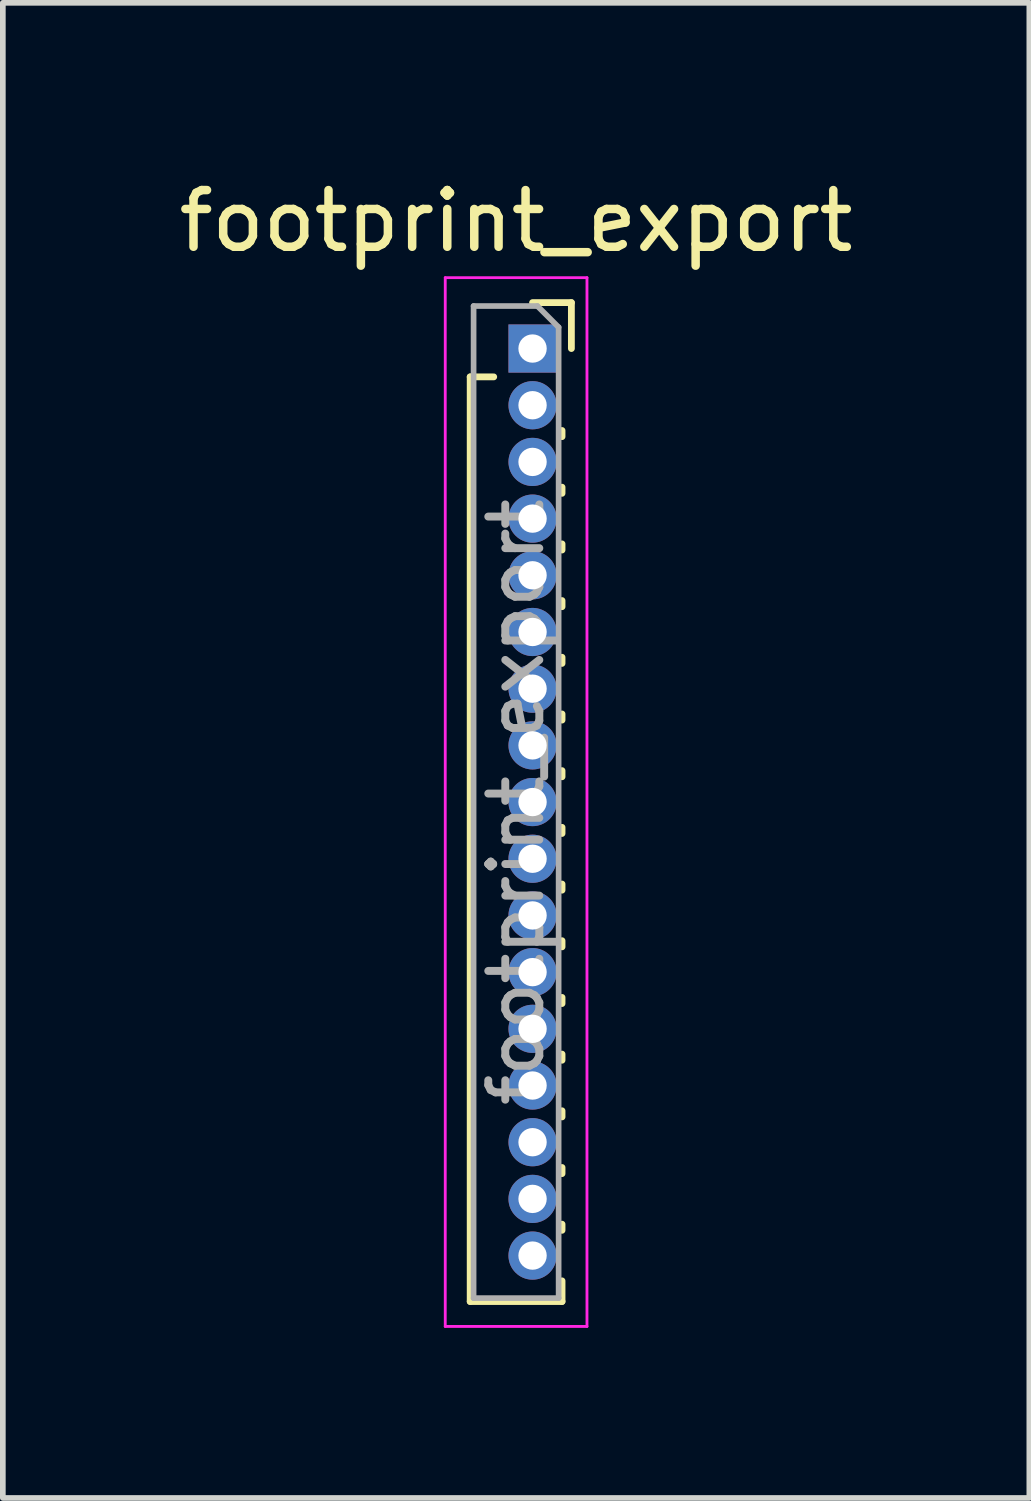
<source format=kicad_pcb>
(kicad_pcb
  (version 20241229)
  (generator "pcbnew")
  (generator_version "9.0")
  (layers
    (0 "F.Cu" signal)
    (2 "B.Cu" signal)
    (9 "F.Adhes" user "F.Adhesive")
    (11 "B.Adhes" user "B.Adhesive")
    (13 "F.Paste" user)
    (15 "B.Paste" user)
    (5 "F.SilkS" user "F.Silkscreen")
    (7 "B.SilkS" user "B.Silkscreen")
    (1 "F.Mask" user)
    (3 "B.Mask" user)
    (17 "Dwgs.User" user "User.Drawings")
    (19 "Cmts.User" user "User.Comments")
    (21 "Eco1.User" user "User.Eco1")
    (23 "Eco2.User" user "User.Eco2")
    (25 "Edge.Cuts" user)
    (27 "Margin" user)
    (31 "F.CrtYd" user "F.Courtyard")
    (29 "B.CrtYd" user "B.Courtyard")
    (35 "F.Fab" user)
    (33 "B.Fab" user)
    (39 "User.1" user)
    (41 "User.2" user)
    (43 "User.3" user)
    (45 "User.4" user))
  (footprint "footprint_export"
    (layer "F.Cu")
    (at 6.344 3.098)
    (property "Reference" "footprint_export" (at -0.29 -2.25 0) (layer "F.SilkS") (effects (font (size 1 1) (thickness 0.15))))
    (attr through_hole)
    (fp_line (start -1.1 0.5) (end -1.1 16.81) (stroke (width 0.12) (type solid)) (layer "F.SilkS"))
    (fp_line (start -1.1 0.5) (end -0.685 0.5) (stroke (width 0.12) (type solid)) (layer "F.SilkS"))
    (fp_line (start -1.1 16.81) (end 0.52 16.81) (stroke (width 0.12) (type solid)) (layer "F.SilkS"))
    (fp_line (start 0 -0.81) (end 0.685 -0.81) (stroke (width 0.12) (type solid)) (layer "F.SilkS"))
    (fp_line (start 0.52 1.446) (end 0.52 1.554) (stroke (width 0.12) (type solid)) (layer "F.SilkS"))
    (fp_line (start 0.52 2.446) (end 0.52 2.554) (stroke (width 0.12) (type solid)) (layer "F.SilkS"))
    (fp_line (start 0.52 3.446) (end 0.52 3.554) (stroke (width 0.12) (type solid)) (layer "F.SilkS"))
    (fp_line (start 0.52 4.446) (end 0.52 4.554) (stroke (width 0.12) (type solid)) (layer "F.SilkS"))
    (fp_line (start 0.52 5.446) (end 0.52 5.554) (stroke (width 0.12) (type solid)) (layer "F.SilkS"))
    (fp_line (start 0.52 6.446) (end 0.52 6.554) (stroke (width 0.12) (type solid)) (layer "F.SilkS"))
    (fp_line (start 0.52 7.446) (end 0.52 7.554) (stroke (width 0.12) (type solid)) (layer "F.SilkS"))
    (fp_line (start 0.52 8.446) (end 0.52 8.554) (stroke (width 0.12) (type solid)) (layer "F.SilkS"))
    (fp_line (start 0.52 9.446) (end 0.52 9.554) (stroke (width 0.12) (type solid)) (layer "F.SilkS"))
    (fp_line (start 0.52 10.446) (end 0.52 10.554) (stroke (width 0.12) (type solid)) (layer "F.SilkS"))
    (fp_line (start 0.52 11.446) (end 0.52 11.554) (stroke (width 0.12) (type solid)) (layer "F.SilkS"))
    (fp_line (start 0.52 12.446) (end 0.52 12.554) (stroke (width 0.12) (type solid)) (layer "F.SilkS"))
    (fp_line (start 0.52 13.446) (end 0.52 13.554) (stroke (width 0.12) (type solid)) (layer "F.SilkS"))
    (fp_line (start 0.52 14.446) (end 0.52 14.554) (stroke (width 0.12) (type solid)) (layer "F.SilkS"))
    (fp_line (start 0.52 15.446) (end 0.52 15.554) (stroke (width 0.12) (type solid)) (layer "F.SilkS"))
    (fp_line (start 0.52 16.446) (end 0.52 16.81) (stroke (width 0.12) (type solid)) (layer "F.SilkS"))
    (fp_line (start 0.685 -0.81) (end 0.685 0) (stroke (width 0.12) (type solid)) (layer "F.SilkS"))
    (fp_line (start -1.54 -1.25) (end 0.96 -1.25) (stroke (width 0.05) (type solid)) (layer "F.CrtYd"))
    (fp_line (start -1.54 17.25) (end -1.54 -1.25) (stroke (width 0.05) (type solid)) (layer "F.CrtYd"))
    (fp_line (start 0.96 -1.25) (end 0.96 17.25) (stroke (width 0.05) (type solid)) (layer "F.CrtYd"))
    (fp_line (start 0.96 17.25) (end -1.54 17.25) (stroke (width 0.05) (type solid)) (layer "F.CrtYd"))
    (fp_line (start -1.04 -0.75) (end 0.085 -0.75) (stroke (width 0.1) (type solid)) (layer "F.Fab"))
    (fp_line (start -1.04 16.75) (end -1.04 -0.75) (stroke (width 0.1) (type solid)) (layer "F.Fab"))
    (fp_line (start 0.085 -0.75) (end 0.46 -0.375) (stroke (width 0.1) (type solid)) (layer "F.Fab"))
    (fp_line (start 0.46 -0.375) (end 0.46 16.75) (stroke (width 0.1) (type solid)) (layer "F.Fab"))
    (fp_line (start 0.46 16.75) (end -1.04 16.75) (stroke (width 0.1) (type solid)) (layer "F.Fab"))
    (fp_text user "${REFERENCE}" (at -0.29 8 90) (layer "F.Fab") (effects (font (size 0.9 0.9) (thickness 0.14))))
    (pad "1" thru_hole rect (at 0 0) (size 0.85 0.85) (drill 0.5) (layers "*.Cu" "*.Mask"))
    (pad "2" thru_hole oval (at 0 1) (size 0.85 0.85) (drill 0.5) (layers "*.Cu" "*.Mask"))
    (pad "3" thru_hole oval (at 0 2) (size 0.85 0.85) (drill 0.5) (layers "*.Cu" "*.Mask"))
    (pad "4" thru_hole oval (at 0 3) (size 0.85 0.85) (drill 0.5) (layers "*.Cu" "*.Mask"))
    (pad "5" thru_hole oval (at 0 4) (size 0.85 0.85) (drill 0.5) (layers "*.Cu" "*.Mask"))
    (pad "6" thru_hole oval (at 0 5) (size 0.85 0.85) (drill 0.5) (layers "*.Cu" "*.Mask"))
    (pad "7" thru_hole oval (at 0 6) (size 0.85 0.85) (drill 0.5) (layers "*.Cu" "*.Mask"))
    (pad "8" thru_hole oval (at 0 7) (size 0.85 0.85) (drill 0.5) (layers "*.Cu" "*.Mask"))
    (pad "9" thru_hole oval (at 0 8) (size 0.85 0.85) (drill 0.5) (layers "*.Cu" "*.Mask"))
    (pad "10" thru_hole oval (at 0 9) (size 0.85 0.85) (drill 0.5) (layers "*.Cu" "*.Mask"))
    (pad "11" thru_hole oval (at 0 10) (size 0.85 0.85) (drill 0.5) (layers "*.Cu" "*.Mask"))
    (pad "12" thru_hole oval (at 0 11) (size 0.85 0.85) (drill 0.5) (layers "*.Cu" "*.Mask"))
    (pad "13" thru_hole oval (at 0 12) (size 0.85 0.85) (drill 0.5) (layers "*.Cu" "*.Mask"))
    (pad "14" thru_hole oval (at 0 13) (size 0.85 0.85) (drill 0.5) (layers "*.Cu" "*.Mask"))
    (pad "15" thru_hole oval (at 0 14) (size 0.85 0.85) (drill 0.5) (layers "*.Cu" "*.Mask"))
    (pad "16" thru_hole oval (at 0 15) (size 0.85 0.85) (drill 0.5) (layers "*.Cu" "*.Mask"))
    (pad "17" thru_hole oval (at 0 16) (size 0.85 0.85) (drill 0.5) (layers "*.Cu" "*.Mask")))
  (gr_rect
    (start -3 -3)
    (end 15.107 23.373)
    (stroke (width 0.1) (type default))
    (fill no)
    (layer "Edge.Cuts")))
</source>
